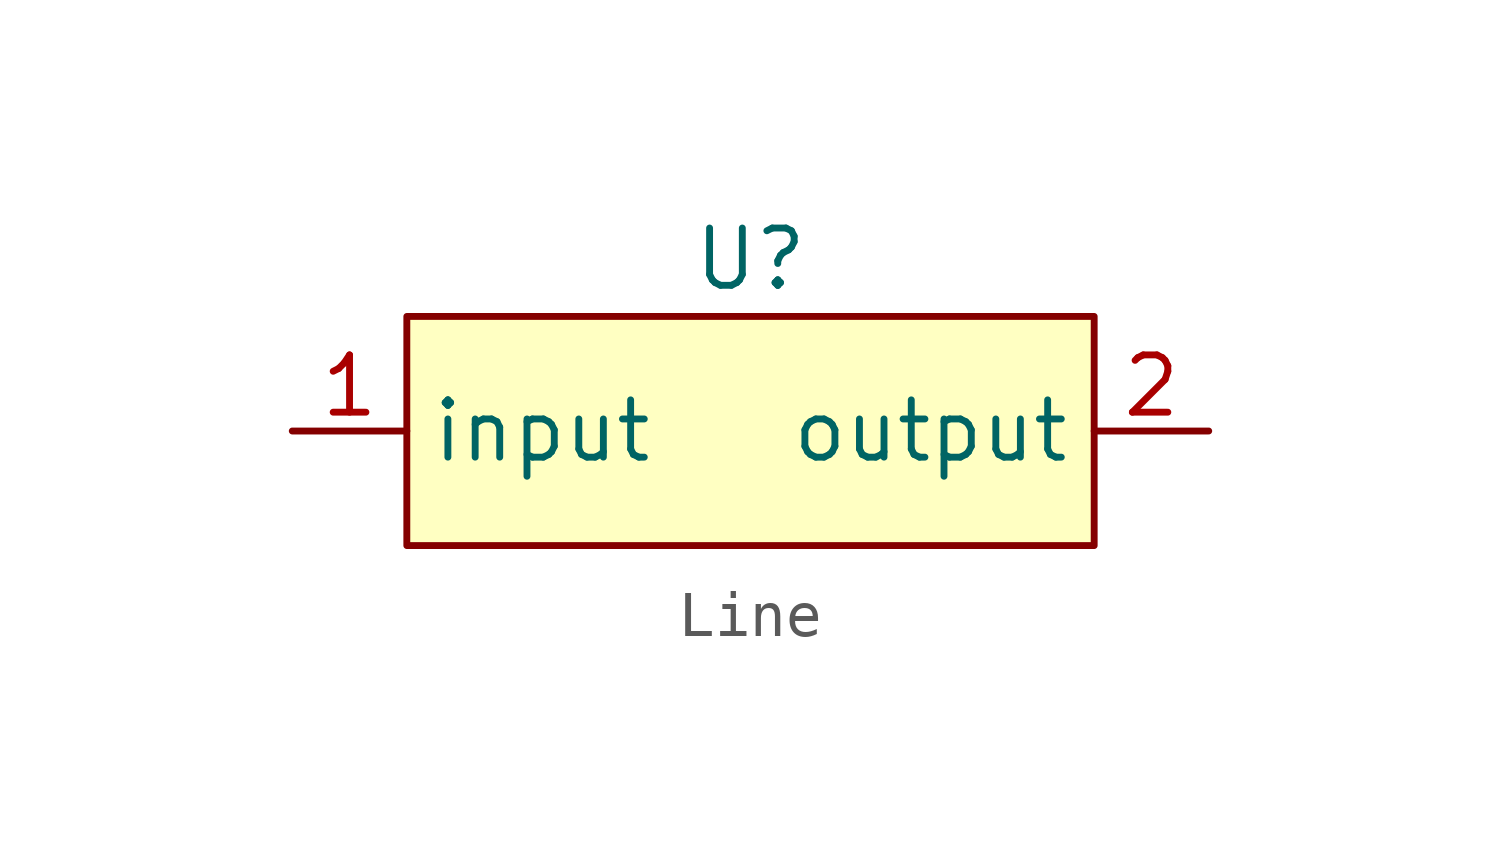
<source format=kicad_sym>
(kicad_symbol_lib
  (version 20241209)
  (generator "kicad_symbol_editor")
  (generator_version "9.0")
  (symbol "Line"
    (property "Reference" "U"
      (at 0 3.81 0)
      (effects (font (size 1.27 1.27))))
    (property "Value" ""
      (at 0 0 0)
      (effects (font (size 1.27 1.27))))
    (symbol "Line_1_1"
      (rectangle (start -7.62 2.54) (end 7.62 -2.54) (stroke (width 0) (type solid)) (fill (type background)))
      (pin passive line (at -10.16 0 0) (length 2.54) (name "input" (effects (font (size 1.27 1.27)))) (number "1" (effects (font (size 1.27 1.27)))))
      (pin passive line (at 10.16 0 180) (length 2.54) (name "output" (effects (font (size 1.27 1.27)))) (number "2" (effects (font (size 1.27 1.27))))))))
</source>
